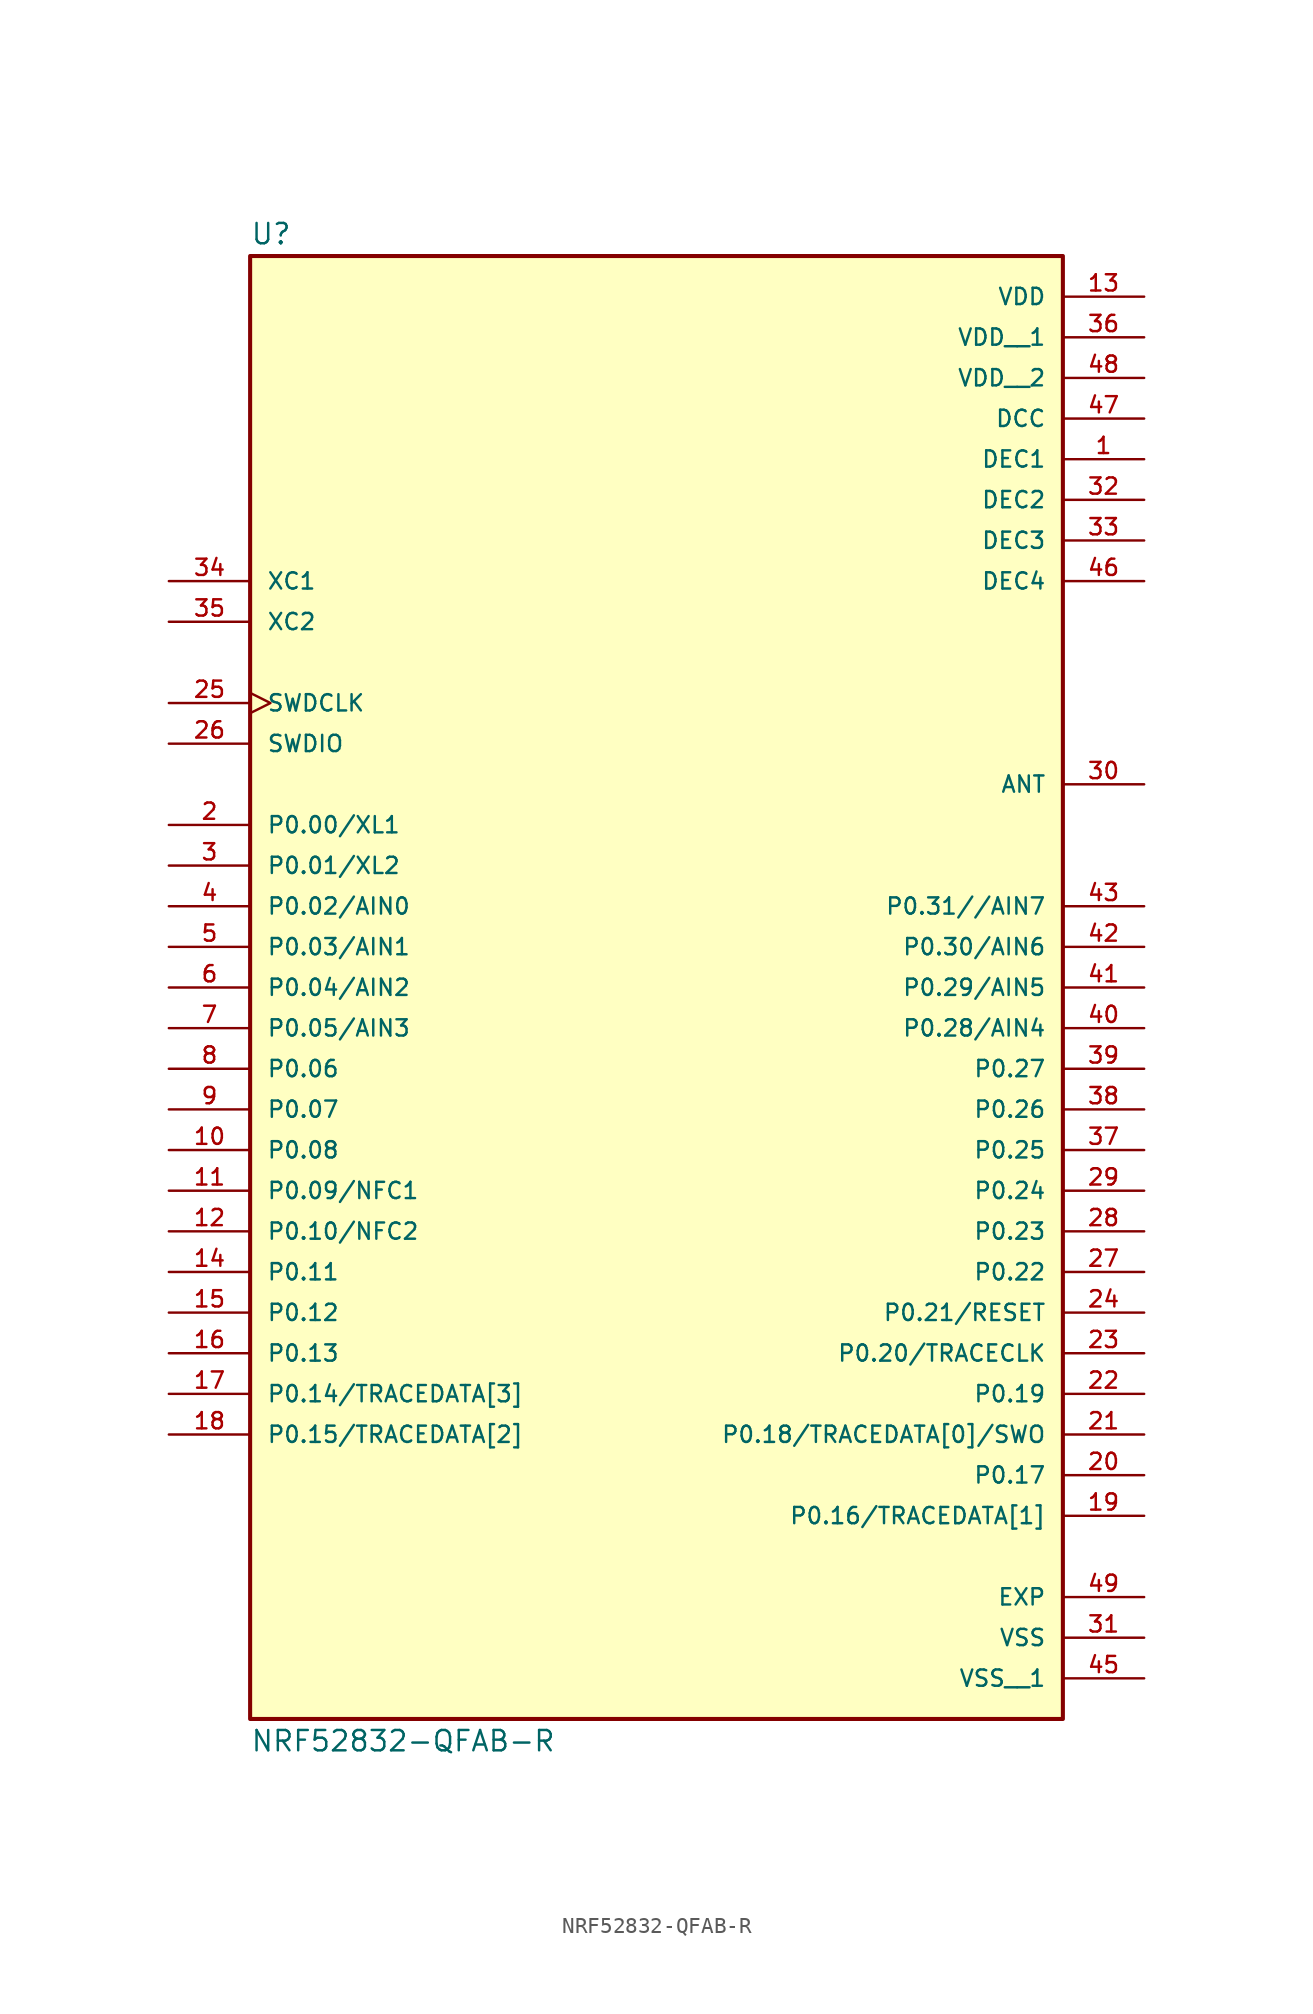
<source format=kicad_sym>
(kicad_symbol_lib
  (version 20211014)
  (generator kicad_symbol_editor)
  (symbol "NRF52832-QFAB-R"
    (pin_names
      (offset 1.016))
    (property "Reference" "U"
      (at -25.4 41.275 0)
      (effects (font (size 1.27 1.27)) (justify bottom left)))
    (property "Value" "NRF52832-QFAB-R"
      (at -25.4 -51.435 0.0)
      (effects (font (size 1.27 1.27)) (justify top left)))
    (symbol "NRF52832-QFAB-R_0_0"
      (rectangle (start -25.4 -50.8) (end 25.4 40.64) (stroke (width 0.254)) (fill (type background)))
      (pin power_in line (at 30.48 38.1 180.0) (length 5.08) (name "VDD" (effects (font (size 1.016 1.016)))) (number "13" (effects (font (size 1.016 1.016)))))
      (pin power_in line (at 30.48 30.48 180.0) (length 5.08) (name "DCC" (effects (font (size 1.016 1.016)))) (number "47" (effects (font (size 1.016 1.016)))))
      (pin bidirectional line (at -30.48 5.08 0) (length 5.08) (name "P0.00/XL1" (effects (font (size 1.016 1.016)))) (number "2" (effects (font (size 1.016 1.016)))))
      (pin bidirectional line (at -30.48 2.54 0) (length 5.08) (name "P0.01/XL2" (effects (font (size 1.016 1.016)))) (number "3" (effects (font (size 1.016 1.016)))))
      (pin bidirectional line (at -30.48 0.0 0) (length 5.08) (name "P0.02/AIN0" (effects (font (size 1.016 1.016)))) (number "4" (effects (font (size 1.016 1.016)))))
      (pin bidirectional line (at -30.48 -2.54 0) (length 5.08) (name "P0.03/AIN1" (effects (font (size 1.016 1.016)))) (number "5" (effects (font (size 1.016 1.016)))))
      (pin bidirectional line (at -30.48 -5.08 0) (length 5.08) (name "P0.04/AIN2" (effects (font (size 1.016 1.016)))) (number "6" (effects (font (size 1.016 1.016)))))
      (pin bidirectional line (at -30.48 -7.62 0) (length 5.08) (name "P0.05/AIN3" (effects (font (size 1.016 1.016)))) (number "7" (effects (font (size 1.016 1.016)))))
      (pin bidirectional line (at -30.48 -10.16 0) (length 5.08) (name "P0.06" (effects (font (size 1.016 1.016)))) (number "8" (effects (font (size 1.016 1.016)))))
      (pin bidirectional line (at -30.48 -12.7 0) (length 5.08) (name "P0.07" (effects (font (size 1.016 1.016)))) (number "9" (effects (font (size 1.016 1.016)))))
      (pin power_in line (at 30.48 -45.72 180.0) (length 5.08) (name "VSS" (effects (font (size 1.016 1.016)))) (number "31" (effects (font (size 1.016 1.016)))))
      (pin bidirectional line (at -30.48 -15.24 0) (length 5.08) (name "P0.08" (effects (font (size 1.016 1.016)))) (number "10" (effects (font (size 1.016 1.016)))))
      (pin bidirectional line (at -30.48 -17.78 0) (length 5.08) (name "P0.09/NFC1" (effects (font (size 1.016 1.016)))) (number "11" (effects (font (size 1.016 1.016)))))
      (pin bidirectional line (at -30.48 -20.32 0) (length 5.08) (name "P0.10/NFC2" (effects (font (size 1.016 1.016)))) (number "12" (effects (font (size 1.016 1.016)))))
      (pin bidirectional line (at -30.48 -22.86 0) (length 5.08) (name "P0.11" (effects (font (size 1.016 1.016)))) (number "14" (effects (font (size 1.016 1.016)))))
      (pin bidirectional line (at -30.48 -25.4 0) (length 5.08) (name "P0.12" (effects (font (size 1.016 1.016)))) (number "15" (effects (font (size 1.016 1.016)))))
      (pin bidirectional line (at -30.48 -27.94 0) (length 5.08) (name "P0.13" (effects (font (size 1.016 1.016)))) (number "16" (effects (font (size 1.016 1.016)))))
      (pin bidirectional line (at -30.48 -30.48 0) (length 5.08) (name "P0.14/TRACEDATA[3]" (effects (font (size 1.016 1.016)))) (number "17" (effects (font (size 1.016 1.016)))))
      (pin bidirectional line (at -30.48 -33.02 0) (length 5.08) (name "P0.15/TRACEDATA[2]" (effects (font (size 1.016 1.016)))) (number "18" (effects (font (size 1.016 1.016)))))
      (pin bidirectional line (at 30.48 -38.1 180.0) (length 5.08) (name "P0.16/TRACEDATA[1]" (effects (font (size 1.016 1.016)))) (number "19" (effects (font (size 1.016 1.016)))))
      (pin bidirectional line (at 30.48 -35.56 180.0) (length 5.08) (name "P0.17" (effects (font (size 1.016 1.016)))) (number "20" (effects (font (size 1.016 1.016)))))
      (pin bidirectional line (at 30.48 -33.02 180.0) (length 5.08) (name "P0.18/TRACEDATA[0]/SWO" (effects (font (size 1.016 1.016)))) (number "21" (effects (font (size 1.016 1.016)))))
      (pin bidirectional line (at 30.48 -30.48 180.0) (length 5.08) (name "P0.19" (effects (font (size 1.016 1.016)))) (number "22" (effects (font (size 1.016 1.016)))))
      (pin bidirectional line (at 30.48 -27.94 180.0) (length 5.08) (name "P0.20/TRACECLK" (effects (font (size 1.016 1.016)))) (number "23" (effects (font (size 1.016 1.016)))))
      (pin bidirectional line (at -30.48 10.16 0) (length 5.08) (name "SWDIO" (effects (font (size 1.016 1.016)))) (number "26" (effects (font (size 1.016 1.016)))))
      (pin input clock (at -30.48 12.7 0) (length 5.08) (name "SWDCLK" (effects (font (size 1.016 1.016)))) (number "25" (effects (font (size 1.016 1.016)))))
      (pin power_in line (at 30.48 27.94 180.0) (length 5.08) (name "DEC1" (effects (font (size 1.016 1.016)))) (number "1" (effects (font (size 1.016 1.016)))))
      (pin power_in line (at 30.48 25.4 180.0) (length 5.08) (name "DEC2" (effects (font (size 1.016 1.016)))) (number "32" (effects (font (size 1.016 1.016)))))
      (pin bidirectional line (at 30.48 7.62 180.0) (length 5.08) (name "ANT" (effects (font (size 1.016 1.016)))) (number "30" (effects (font (size 1.016 1.016)))))
      (pin input line (at -30.48 20.32 0) (length 5.08) (name "XC1" (effects (font (size 1.016 1.016)))) (number "34" (effects (font (size 1.016 1.016)))))
      (pin input line (at -30.48 17.78 0) (length 5.08) (name "XC2" (effects (font (size 1.016 1.016)))) (number "35" (effects (font (size 1.016 1.016)))))
      (pin bidirectional line (at 30.48 -25.4 180.0) (length 5.08) (name "P0.21/RESET" (effects (font (size 1.016 1.016)))) (number "24" (effects (font (size 1.016 1.016)))))
      (pin bidirectional line (at 30.48 -22.86 180.0) (length 5.08) (name "P0.22" (effects (font (size 1.016 1.016)))) (number "27" (effects (font (size 1.016 1.016)))))
      (pin bidirectional line (at 30.48 -20.32 180.0) (length 5.08) (name "P0.23" (effects (font (size 1.016 1.016)))) (number "28" (effects (font (size 1.016 1.016)))))
      (pin bidirectional line (at 30.48 -17.78 180.0) (length 5.08) (name "P0.24" (effects (font (size 1.016 1.016)))) (number "29" (effects (font (size 1.016 1.016)))))
      (pin bidirectional line (at 30.48 -15.24 180.0) (length 5.08) (name "P0.25" (effects (font (size 1.016 1.016)))) (number "37" (effects (font (size 1.016 1.016)))))
      (pin bidirectional line (at 30.48 -12.7 180.0) (length 5.08) (name "P0.26" (effects (font (size 1.016 1.016)))) (number "38" (effects (font (size 1.016 1.016)))))
      (pin bidirectional line (at 30.48 -10.16 180.0) (length 5.08) (name "P0.27" (effects (font (size 1.016 1.016)))) (number "39" (effects (font (size 1.016 1.016)))))
      (pin bidirectional line (at 30.48 -7.62 180.0) (length 5.08) (name "P0.28/AIN4" (effects (font (size 1.016 1.016)))) (number "40" (effects (font (size 1.016 1.016)))))
      (pin bidirectional line (at 30.48 -5.08 180.0) (length 5.08) (name "P0.29/AIN5" (effects (font (size 1.016 1.016)))) (number "41" (effects (font (size 1.016 1.016)))))
      (pin bidirectional line (at 30.48 -2.54 180.0) (length 5.08) (name "P0.30/AIN6" (effects (font (size 1.016 1.016)))) (number "42" (effects (font (size 1.016 1.016)))))
      (pin power_in line (at 30.48 -43.18 180.0) (length 5.08) (name "EXP" (effects (font (size 1.016 1.016)))) (number "49" (effects (font (size 1.016 1.016)))))
      (pin power_in line (at 30.48 22.86 180.0) (length 5.08) (name "DEC3" (effects (font (size 1.016 1.016)))) (number "33" (effects (font (size 1.016 1.016)))))
      (pin bidirectional line (at 30.48 0.0 180.0) (length 5.08) (name "P0.31//AIN7" (effects (font (size 1.016 1.016)))) (number "43" (effects (font (size 1.016 1.016)))))
      (pin power_in line (at 30.48 20.32 180.0) (length 5.08) (name "DEC4" (effects (font (size 1.016 1.016)))) (number "46" (effects (font (size 1.016 1.016)))))
      (pin power_in line (at 30.48 35.56 180.0) (length 5.08) (name "VDD__1" (effects (font (size 1.016 1.016)))) (number "36" (effects (font (size 1.016 1.016)))))
      (pin power_in line (at 30.48 33.02 180.0) (length 5.08) (name "VDD__2" (effects (font (size 1.016 1.016)))) (number "48" (effects (font (size 1.016 1.016)))))
      (pin power_in line (at 30.48 -48.26 180.0) (length 5.08) (name "VSS__1" (effects (font (size 1.016 1.016)))) (number "45" (effects (font (size 1.016 1.016))))))))
</source>
